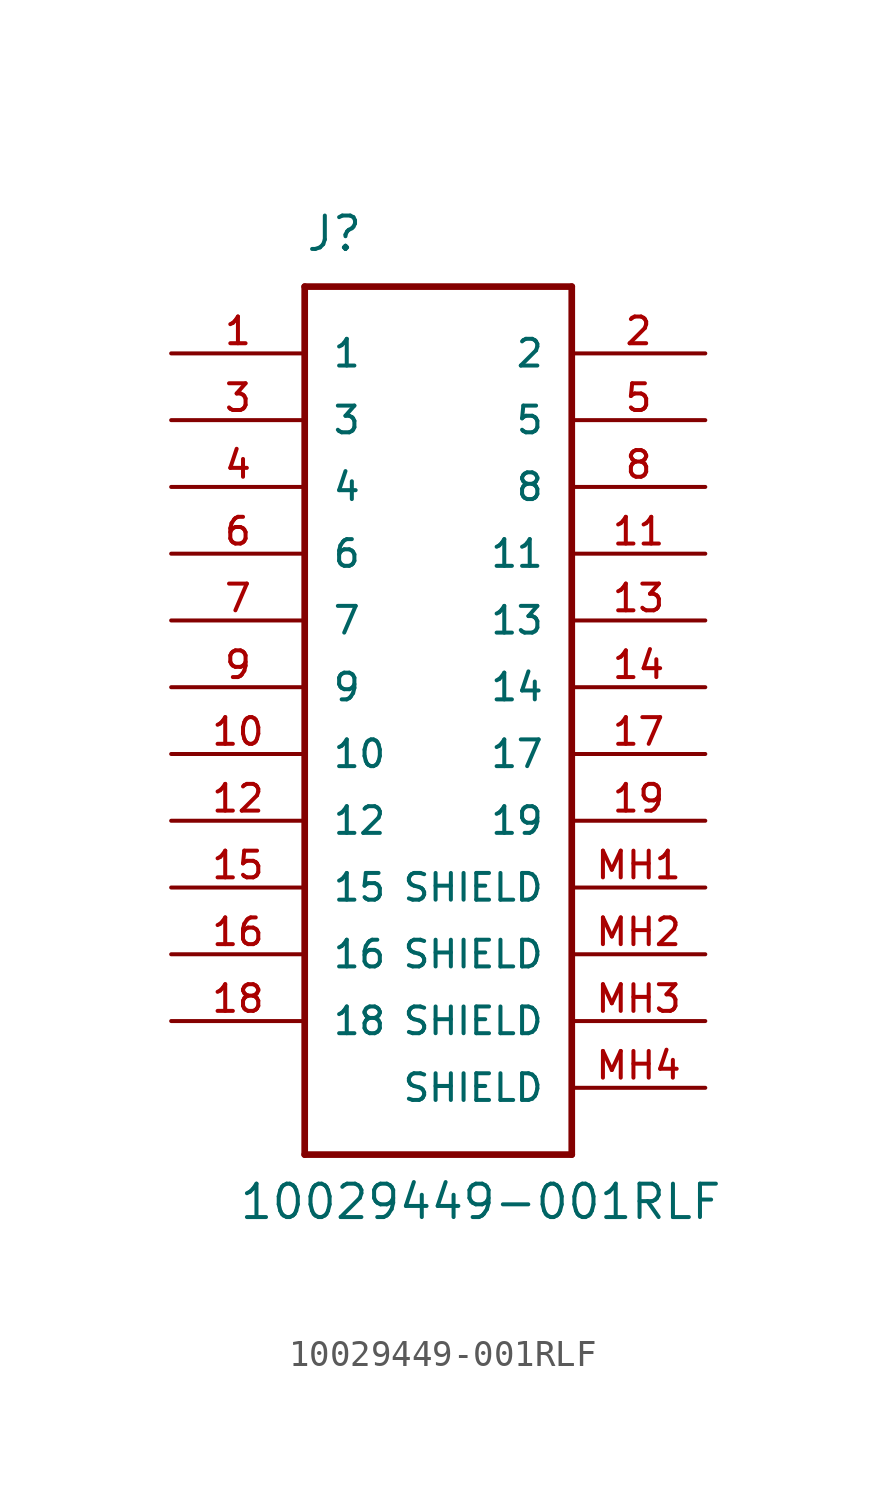
<source format=kicad_sym>
(kicad_symbol_lib
  (version 20211014)
  (generator kicad_symbol_editor)
  (symbol "10029449-001RLF"
    (pin_names
      (offset 1.016))
    (property "Reference" "J"
      (at -5.08 16.51 0)
      (effects (font (size 1.27 1.27)) (justify left bottom)))
    (property "Value" "10029449-001RLF"
      (at -7.62 -20.32 0)
      (effects (font (size 1.27 1.27)) (justify left bottom)))
    (property "ki_locked" ""
      (at 0 0 0)
      (effects (font (size 1.27 1.27))))
    (symbol "10029449-001RLF_0_0"
      (pin passive line (at -10.16 12.7 0) (length 5.08) (name "1" (effects (font (size 1.016 1.016)))) (number "1" (effects (font (size 1.016 1.016)))))
      (pin passive line (at -10.16 -2.54 0) (length 5.08) (name "10" (effects (font (size 1.016 1.016)))) (number "10" (effects (font (size 1.016 1.016)))))
      (pin passive line (at 10.16 5.08 180) (length 5.08) (name "11" (effects (font (size 1.016 1.016)))) (number "11" (effects (font (size 1.016 1.016)))))
      (pin passive line (at -10.16 -5.08 0) (length 5.08) (name "12" (effects (font (size 1.016 1.016)))) (number "12" (effects (font (size 1.016 1.016)))))
      (pin passive line (at 10.16 2.54 180) (length 5.08) (name "13" (effects (font (size 1.016 1.016)))) (number "13" (effects (font (size 1.016 1.016)))))
      (pin passive line (at 10.16 0 180) (length 5.08) (name "14" (effects (font (size 1.016 1.016)))) (number "14" (effects (font (size 1.016 1.016)))))
      (pin passive line (at -10.16 -7.62 0) (length 5.08) (name "15" (effects (font (size 1.016 1.016)))) (number "15" (effects (font (size 1.016 1.016)))))
      (pin passive line (at -10.16 -10.16 0) (length 5.08) (name "16" (effects (font (size 1.016 1.016)))) (number "16" (effects (font (size 1.016 1.016)))))
      (pin passive line (at 10.16 -2.54 180) (length 5.08) (name "17" (effects (font (size 1.016 1.016)))) (number "17" (effects (font (size 1.016 1.016)))))
      (pin passive line (at -10.16 -12.7 0) (length 5.08) (name "18" (effects (font (size 1.016 1.016)))) (number "18" (effects (font (size 1.016 1.016)))))
      (pin passive line (at 10.16 -5.08 180) (length 5.08) (name "19" (effects (font (size 1.016 1.016)))) (number "19" (effects (font (size 1.016 1.016)))))
      (pin passive line (at 10.16 12.7 180) (length 5.08) (name "2" (effects (font (size 1.016 1.016)))) (number "2" (effects (font (size 1.016 1.016)))))
      (pin passive line (at -10.16 10.16 0) (length 5.08) (name "3" (effects (font (size 1.016 1.016)))) (number "3" (effects (font (size 1.016 1.016)))))
      (pin passive line (at -10.16 7.62 0) (length 5.08) (name "4" (effects (font (size 1.016 1.016)))) (number "4" (effects (font (size 1.016 1.016)))))
      (pin passive line (at 10.16 10.16 180) (length 5.08) (name "5" (effects (font (size 1.016 1.016)))) (number "5" (effects (font (size 1.016 1.016)))))
      (pin passive line (at -10.16 5.08 0) (length 5.08) (name "6" (effects (font (size 1.016 1.016)))) (number "6" (effects (font (size 1.016 1.016)))))
      (pin passive line (at -10.16 2.54 0) (length 5.08) (name "7" (effects (font (size 1.016 1.016)))) (number "7" (effects (font (size 1.016 1.016)))))
      (pin passive line (at 10.16 7.62 180) (length 5.08) (name "8" (effects (font (size 1.016 1.016)))) (number "8" (effects (font (size 1.016 1.016)))))
      (pin passive line (at -10.16 0 0) (length 5.08) (name "9" (effects (font (size 1.016 1.016)))) (number "9" (effects (font (size 1.016 1.016)))))
      (pin passive line (at 10.16 -7.62 180) (length 5.08) (name "SHIELD" (effects (font (size 1.016 1.016)))) (number "MH1" (effects (font (size 1.016 1.016)))))
      (pin passive line (at 10.16 -10.16 180) (length 5.08) (name "SHIELD" (effects (font (size 1.016 1.016)))) (number "MH2" (effects (font (size 1.016 1.016)))))
      (pin passive line (at 10.16 -12.7 180) (length 5.08) (name "SHIELD" (effects (font (size 1.016 1.016)))) (number "MH3" (effects (font (size 1.016 1.016)))))
      (pin passive line (at 10.16 -15.24 180) (length 5.08) (name "SHIELD" (effects (font (size 1.016 1.016)))) (number "MH4" (effects (font (size 1.016 1.016))))))
    (symbol "10029449-001RLF_1_1"
      (polyline (pts (xy -5.08 -17.78) (xy 5.08 -17.78)) (stroke (width 0.254) (type default) (color 0 0 0 0)) (fill (type none)))
      (polyline (pts (xy -5.08 15.24) (xy -5.08 -17.78)) (stroke (width 0.254) (type default) (color 0 0 0 0)) (fill (type none)))
      (polyline (pts (xy -5.08 15.24) (xy 5.08 15.24)) (stroke (width 0.254) (type default) (color 0 0 0 0)) (fill (type none)))
      (polyline (pts (xy 5.08 15.24) (xy 5.08 -17.78)) (stroke (width 0.254) (type default) (color 0 0 0 0)) (fill (type none))))))
</source>
